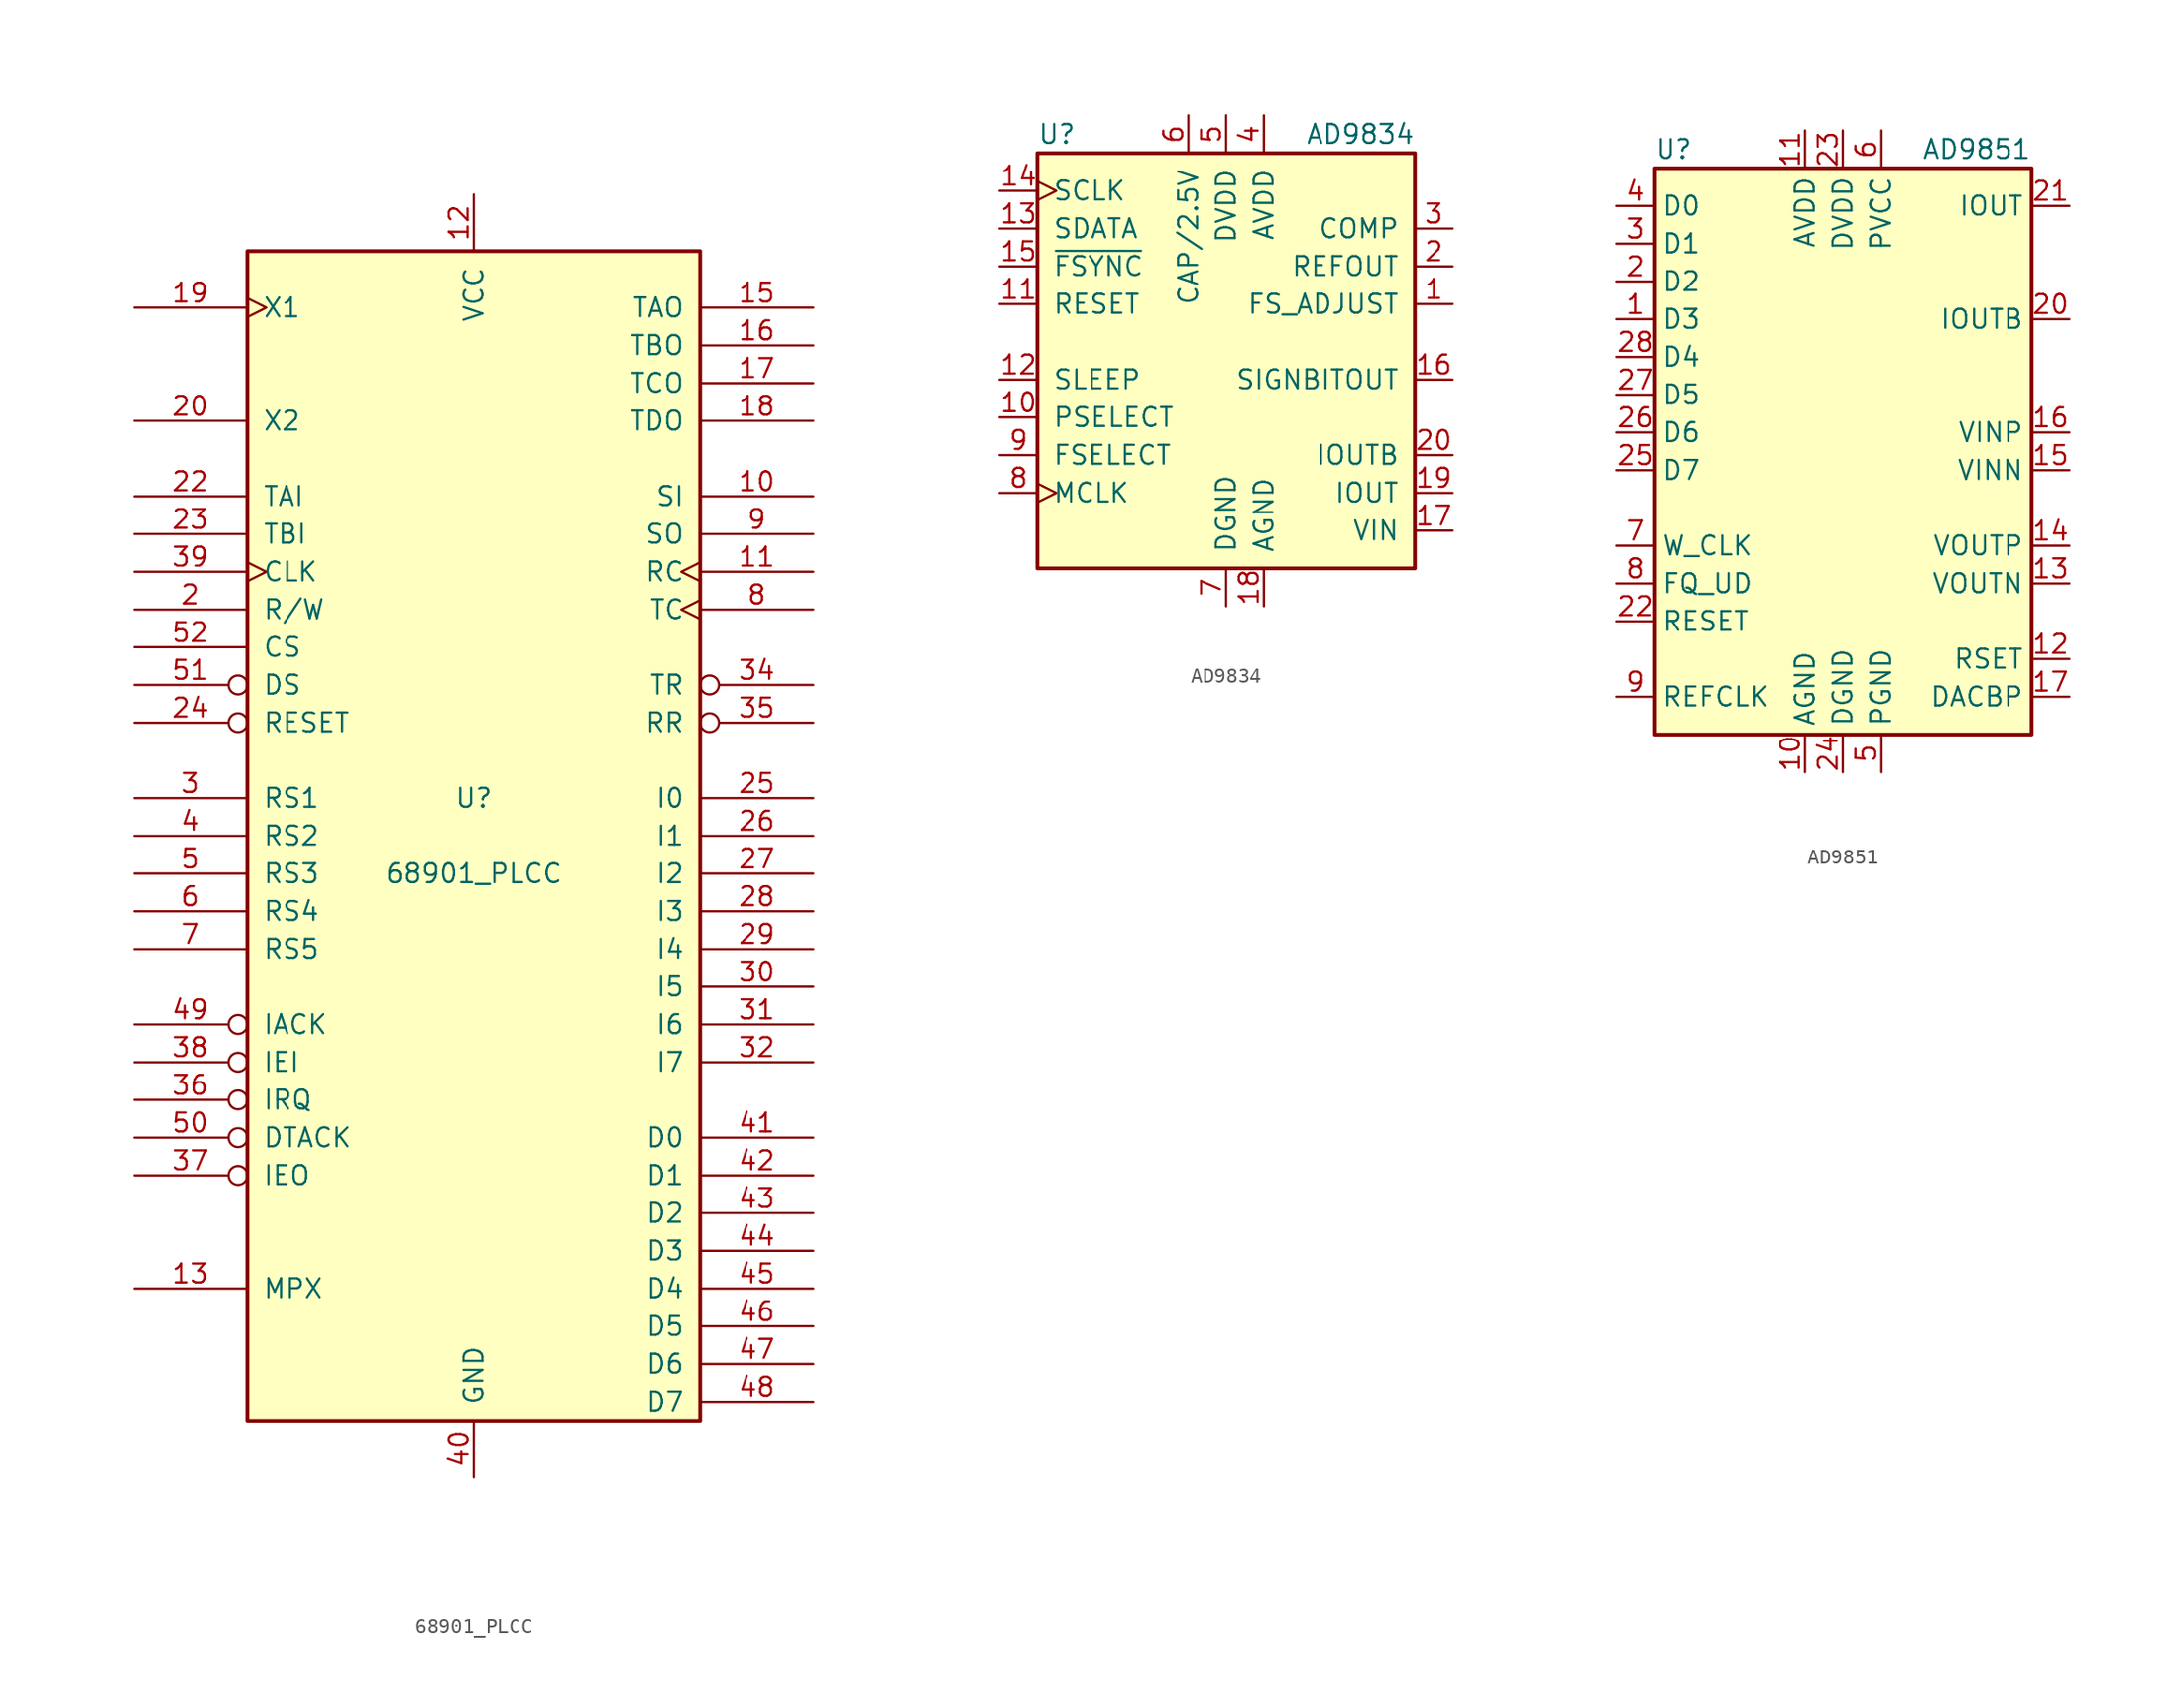
<source format=kicad_sym>
(kicad_symbol_lib
  (version 20201005)
  (generator kicad_symbol_editor)
  (symbol "68901_PLCC"
    (pin_names
      (offset 1.016))
    (property "Reference" "U"
      (at 0 2.54 0)
      (effects (font (size 1.27 1.27))))
    (property "Value" "68901_PLCC"
      (at 0 -2.54 0)
      (effects (font (size 1.27 1.27))))
    (symbol "68901_PLCC_0_1"
      (rectangle (start -15.24 -39.37) (end 15.24 39.37) (stroke (width 0.254)) (fill (type background))))
    (symbol "68901_PLCC_1_1"
      (pin input line (at 22.86 22.86 180) (length 7.62) (name "SI" (effects (font (size 1.27 1.27)))) (number "10" (effects (font (size 1.27 1.27)))))
      (pin input clock (at 22.86 17.78 180) (length 7.62) (name "RC" (effects (font (size 1.27 1.27)))) (number "11" (effects (font (size 1.27 1.27)))))
      (pin power_in line (at 0 43.18 270) (length 3.81) (name "VCC" (effects (font (size 1.27 1.27)))) (number "12" (effects (font (size 1.27 1.27)))))
      (pin input line (at -22.86 -30.48 0) (length 7.62) (name "MPX" (effects (font (size 1.27 1.27)))) (number "13" (effects (font (size 1.27 1.27)))))
      (pin output line (at 22.86 35.56 180) (length 7.62) (name "TAO" (effects (font (size 1.27 1.27)))) (number "15" (effects (font (size 1.27 1.27)))))
      (pin output line (at 22.86 33.02 180) (length 7.62) (name "TBO" (effects (font (size 1.27 1.27)))) (number "16" (effects (font (size 1.27 1.27)))))
      (pin output line (at 22.86 30.48 180) (length 7.62) (name "TCO" (effects (font (size 1.27 1.27)))) (number "17" (effects (font (size 1.27 1.27)))))
      (pin output line (at 22.86 27.94 180) (length 7.62) (name "TDO" (effects (font (size 1.27 1.27)))) (number "18" (effects (font (size 1.27 1.27)))))
      (pin input clock (at -22.86 35.56 0) (length 7.62) (name "X1" (effects (font (size 1.27 1.27)))) (number "19" (effects (font (size 1.27 1.27)))))
      (pin input line (at -22.86 15.24 0) (length 7.62) (name "R/W" (effects (font (size 1.27 1.27)))) (number "2" (effects (font (size 1.27 1.27)))))
      (pin input line (at -22.86 27.94 0) (length 7.62) (name "X2" (effects (font (size 1.27 1.27)))) (number "20" (effects (font (size 1.27 1.27)))))
      (pin input line (at -22.86 22.86 0) (length 7.62) (name "TAI" (effects (font (size 1.27 1.27)))) (number "22" (effects (font (size 1.27 1.27)))))
      (pin input line (at -22.86 20.32 0) (length 7.62) (name "TBI" (effects (font (size 1.27 1.27)))) (number "23" (effects (font (size 1.27 1.27)))))
      (pin input inverted (at -22.86 7.62 0) (length 7.62) (name "RESET" (effects (font (size 1.27 1.27)))) (number "24" (effects (font (size 1.27 1.27)))))
      (pin input line (at 22.86 2.54 180) (length 7.62) (name "I0" (effects (font (size 1.27 1.27)))) (number "25" (effects (font (size 1.27 1.27)))))
      (pin input line (at 22.86 0 180) (length 7.62) (name "I1" (effects (font (size 1.27 1.27)))) (number "26" (effects (font (size 1.27 1.27)))))
      (pin input line (at 22.86 -2.54 180) (length 7.62) (name "I2" (effects (font (size 1.27 1.27)))) (number "27" (effects (font (size 1.27 1.27)))))
      (pin input line (at 22.86 -5.08 180) (length 7.62) (name "I3" (effects (font (size 1.27 1.27)))) (number "28" (effects (font (size 1.27 1.27)))))
      (pin input line (at 22.86 -7.62 180) (length 7.62) (name "I4" (effects (font (size 1.27 1.27)))) (number "29" (effects (font (size 1.27 1.27)))))
      (pin input line (at -22.86 2.54 0) (length 7.62) (name "RS1" (effects (font (size 1.27 1.27)))) (number "3" (effects (font (size 1.27 1.27)))))
      (pin input line (at 22.86 -10.16 180) (length 7.62) (name "I5" (effects (font (size 1.27 1.27)))) (number "30" (effects (font (size 1.27 1.27)))))
      (pin input line (at 22.86 -12.7 180) (length 7.62) (name "I6" (effects (font (size 1.27 1.27)))) (number "31" (effects (font (size 1.27 1.27)))))
      (pin input line (at 22.86 -15.24 180) (length 7.62) (name "I7" (effects (font (size 1.27 1.27)))) (number "32" (effects (font (size 1.27 1.27)))))
      (pin output inverted (at 22.86 10.16 180) (length 7.62) (name "TR" (effects (font (size 1.27 1.27)))) (number "34" (effects (font (size 1.27 1.27)))))
      (pin output inverted (at 22.86 7.62 180) (length 7.62) (name "RR" (effects (font (size 1.27 1.27)))) (number "35" (effects (font (size 1.27 1.27)))))
      (pin output inverted (at -22.86 -17.78 0) (length 7.62) (name "IRQ" (effects (font (size 1.27 1.27)))) (number "36" (effects (font (size 1.27 1.27)))))
      (pin output inverted (at -22.86 -22.86 0) (length 7.62) (name "IEO" (effects (font (size 1.27 1.27)))) (number "37" (effects (font (size 1.27 1.27)))))
      (pin input inverted (at -22.86 -15.24 0) (length 7.62) (name "IEI" (effects (font (size 1.27 1.27)))) (number "38" (effects (font (size 1.27 1.27)))))
      (pin input clock (at -22.86 17.78 0) (length 7.62) (name "CLK" (effects (font (size 1.27 1.27)))) (number "39" (effects (font (size 1.27 1.27)))))
      (pin input line (at -22.86 0 0) (length 7.62) (name "RS2" (effects (font (size 1.27 1.27)))) (number "4" (effects (font (size 1.27 1.27)))))
      (pin power_in line (at 0 -43.18 90) (length 3.81) (name "GND" (effects (font (size 1.27 1.27)))) (number "40" (effects (font (size 1.27 1.27)))))
      (pin input line (at 22.86 -20.32 180) (length 7.62) (name "D0" (effects (font (size 1.27 1.27)))) (number "41" (effects (font (size 1.27 1.27)))))
      (pin input line (at 22.86 -22.86 180) (length 7.62) (name "D1" (effects (font (size 1.27 1.27)))) (number "42" (effects (font (size 1.27 1.27)))))
      (pin input line (at 22.86 -25.4 180) (length 7.62) (name "D2" (effects (font (size 1.27 1.27)))) (number "43" (effects (font (size 1.27 1.27)))))
      (pin input line (at 22.86 -27.94 180) (length 7.62) (name "D3" (effects (font (size 1.27 1.27)))) (number "44" (effects (font (size 1.27 1.27)))))
      (pin input line (at 22.86 -30.48 180) (length 7.62) (name "D4" (effects (font (size 1.27 1.27)))) (number "45" (effects (font (size 1.27 1.27)))))
      (pin input line (at 22.86 -33.02 180) (length 7.62) (name "D5" (effects (font (size 1.27 1.27)))) (number "46" (effects (font (size 1.27 1.27)))))
      (pin input line (at 22.86 -35.56 180) (length 7.62) (name "D6" (effects (font (size 1.27 1.27)))) (number "47" (effects (font (size 1.27 1.27)))))
      (pin input line (at 22.86 -38.1 180) (length 7.62) (name "D7" (effects (font (size 1.27 1.27)))) (number "48" (effects (font (size 1.27 1.27)))))
      (pin input inverted (at -22.86 -12.7 0) (length 7.62) (name "IACK" (effects (font (size 1.27 1.27)))) (number "49" (effects (font (size 1.27 1.27)))))
      (pin input line (at -22.86 -2.54 0) (length 7.62) (name "RS3" (effects (font (size 1.27 1.27)))) (number "5" (effects (font (size 1.27 1.27)))))
      (pin output inverted (at -22.86 -20.32 0) (length 7.62) (name "DTACK" (effects (font (size 1.27 1.27)))) (number "50" (effects (font (size 1.27 1.27)))))
      (pin input inverted (at -22.86 10.16 0) (length 7.62) (name "DS" (effects (font (size 1.27 1.27)))) (number "51" (effects (font (size 1.27 1.27)))))
      (pin input line (at -22.86 12.7 0) (length 7.62) (name "CS" (effects (font (size 1.27 1.27)))) (number "52" (effects (font (size 1.27 1.27)))))
      (pin input line (at -22.86 -5.08 0) (length 7.62) (name "RS4" (effects (font (size 1.27 1.27)))) (number "6" (effects (font (size 1.27 1.27)))))
      (pin input line (at -22.86 -7.62 0) (length 7.62) (name "RS5" (effects (font (size 1.27 1.27)))) (number "7" (effects (font (size 1.27 1.27)))))
      (pin input clock (at 22.86 15.24 180) (length 7.62) (name "TC" (effects (font (size 1.27 1.27)))) (number "8" (effects (font (size 1.27 1.27)))))
      (pin output line (at 22.86 20.32 180) (length 7.62) (name "SO" (effects (font (size 1.27 1.27)))) (number "9" (effects (font (size 1.27 1.27)))))))
  (symbol "AD9834"
    (pin_names
      (offset 1.016))
    (property "Reference" "U"
      (at -12.7 16.51 0)
      (effects (font (size 1.27 1.27)) (justify left)))
    (property "Value" "AD9834"
      (at 5.334 16.51 0)
      (effects (font (size 1.27 1.27)) (justify left)))
    (symbol "AD9834_0_1"
      (rectangle (start -12.7 15.24) (end 12.7 -12.7) (stroke (width 0.254)) (fill (type background))))
    (symbol "AD9834_1_1"
      (pin passive line (at 15.24 5.08 180) (length 2.54) (name "FS_ADJUST" (effects (font (size 1.27 1.27)))) (number "1" (effects (font (size 1.27 1.27)))))
      (pin input line (at -15.24 -2.54 0) (length 2.54) (name "PSELECT" (effects (font (size 1.27 1.27)))) (number "10" (effects (font (size 1.27 1.27)))))
      (pin input line (at -15.24 5.08 0) (length 2.54) (name "RESET" (effects (font (size 1.27 1.27)))) (number "11" (effects (font (size 1.27 1.27)))))
      (pin input line (at -15.24 0 0) (length 2.54) (name "SLEEP" (effects (font (size 1.27 1.27)))) (number "12" (effects (font (size 1.27 1.27)))))
      (pin input line (at -15.24 10.16 0) (length 2.54) (name "SDATA" (effects (font (size 1.27 1.27)))) (number "13" (effects (font (size 1.27 1.27)))))
      (pin input clock (at -15.24 12.7 0) (length 2.54) (name "SCLK" (effects (font (size 1.27 1.27)))) (number "14" (effects (font (size 1.27 1.27)))))
      (pin input line (at -15.24 7.62 0) (length 2.54) (name "~FSYNC" (effects (font (size 1.27 1.27)))) (number "15" (effects (font (size 1.27 1.27)))))
      (pin output line (at 15.24 0 180) (length 2.54) (name "SIGNBITOUT" (effects (font (size 1.27 1.27)))) (number "16" (effects (font (size 1.27 1.27)))))
      (pin power_in line (at 15.24 -10.16 180) (length 2.54) (name "VIN" (effects (font (size 1.27 1.27)))) (number "17" (effects (font (size 1.27 1.27)))))
      (pin power_in line (at 2.54 -15.24 90) (length 2.54) (name "AGND" (effects (font (size 1.27 1.27)))) (number "18" (effects (font (size 1.27 1.27)))))
      (pin output line (at 15.24 -7.62 180) (length 2.54) (name "IOUT" (effects (font (size 1.27 1.27)))) (number "19" (effects (font (size 1.27 1.27)))))
      (pin output line (at 15.24 7.62 180) (length 2.54) (name "REFOUT" (effects (font (size 1.27 1.27)))) (number "2" (effects (font (size 1.27 1.27)))))
      (pin output line (at 15.24 -5.08 180) (length 2.54) (name "IOUTB" (effects (font (size 1.27 1.27)))) (number "20" (effects (font (size 1.27 1.27)))))
      (pin passive line (at 15.24 10.16 180) (length 2.54) (name "COMP" (effects (font (size 1.27 1.27)))) (number "3" (effects (font (size 1.27 1.27)))))
      (pin power_in line (at 2.54 17.78 270) (length 2.54) (name "AVDD" (effects (font (size 1.27 1.27)))) (number "4" (effects (font (size 1.27 1.27)))))
      (pin power_in line (at 0 17.78 270) (length 2.54) (name "DVDD" (effects (font (size 1.27 1.27)))) (number "5" (effects (font (size 1.27 1.27)))))
      (pin passive line (at -2.54 17.78 270) (length 2.54) (name "CAP/2.5V" (effects (font (size 1.27 1.27)))) (number "6" (effects (font (size 1.27 1.27)))))
      (pin power_in line (at 0 -15.24 90) (length 2.54) (name "DGND" (effects (font (size 1.27 1.27)))) (number "7" (effects (font (size 1.27 1.27)))))
      (pin input clock (at -15.24 -7.62 0) (length 2.54) (name "MCLK" (effects (font (size 1.27 1.27)))) (number "8" (effects (font (size 1.27 1.27)))))
      (pin input line (at -15.24 -5.08 0) (length 2.54) (name "FSELECT" (effects (font (size 1.27 1.27)))) (number "9" (effects (font (size 1.27 1.27)))))))
  (symbol "AD9851"
    (property "Reference" "U"
      (at -12.7 19.05 0)
      (effects (font (size 1.27 1.27)) (justify left)))
    (property "Value" "AD9851"
      (at 12.7 19.05 0)
      (effects (font (size 1.27 1.27)) (justify right)))
    (symbol "AD9851_0_1"
      (rectangle (start -12.7 17.78) (end 12.7 -20.32) (stroke (width 0.254)) (fill (type background))))
    (symbol "AD9851_1_1"
      (pin input line (at -15.24 7.62 0) (length 2.54) (name "D3" (effects (font (size 1.27 1.27)))) (number "1" (effects (font (size 1.27 1.27)))))
      (pin power_in line (at -2.54 -22.86 90) (length 2.54) (name "AGND" (effects (font (size 1.27 1.27)))) (number "10" (effects (font (size 1.27 1.27)))))
      (pin power_in line (at -2.54 20.32 270) (length 2.54) (name "AVDD" (effects (font (size 1.27 1.27)))) (number "11" (effects (font (size 1.27 1.27)))))
      (pin passive line (at 15.24 -15.24 180) (length 2.54) (name "RSET" (effects (font (size 1.27 1.27)))) (number "12" (effects (font (size 1.27 1.27)))))
      (pin output line (at 15.24 -10.16 180) (length 2.54) (name "VOUTN" (effects (font (size 1.27 1.27)))) (number "13" (effects (font (size 1.27 1.27)))))
      (pin output line (at 15.24 -7.62 180) (length 2.54) (name "VOUTP" (effects (font (size 1.27 1.27)))) (number "14" (effects (font (size 1.27 1.27)))))
      (pin input line (at 15.24 -2.54 180) (length 2.54) (name "VINN" (effects (font (size 1.27 1.27)))) (number "15" (effects (font (size 1.27 1.27)))))
      (pin input line (at 15.24 0 180) (length 2.54) (name "VINP" (effects (font (size 1.27 1.27)))) (number "16" (effects (font (size 1.27 1.27)))))
      (pin passive line (at 15.24 -17.78 180) (length 2.54) (name "DACBP" (effects (font (size 1.27 1.27)))) (number "17" (effects (font (size 1.27 1.27)))))
      (pin passive line (at -2.54 20.32 270) (length 2.54) hide (name "AVDD" (effects (font (size 1.27 1.27)))) (number "18" (effects (font (size 1.27 1.27)))))
      (pin passive line (at -2.54 -22.86 90) (length 2.54) hide (name "AGND" (effects (font (size 1.27 1.27)))) (number "19" (effects (font (size 1.27 1.27)))))
      (pin input line (at -15.24 10.16 0) (length 2.54) (name "D2" (effects (font (size 1.27 1.27)))) (number "2" (effects (font (size 1.27 1.27)))))
      (pin output line (at 15.24 7.62 180) (length 2.54) (name "IOUTB" (effects (font (size 1.27 1.27)))) (number "20" (effects (font (size 1.27 1.27)))))
      (pin output line (at 15.24 15.24 180) (length 2.54) (name "IOUT" (effects (font (size 1.27 1.27)))) (number "21" (effects (font (size 1.27 1.27)))))
      (pin input line (at -15.24 -12.7 0) (length 2.54) (name "RESET" (effects (font (size 1.27 1.27)))) (number "22" (effects (font (size 1.27 1.27)))))
      (pin power_in line (at 0 20.32 270) (length 2.54) (name "DVDD" (effects (font (size 1.27 1.27)))) (number "23" (effects (font (size 1.27 1.27)))))
      (pin power_in line (at 0 -22.86 90) (length 2.54) (name "DGND" (effects (font (size 1.27 1.27)))) (number "24" (effects (font (size 1.27 1.27)))))
      (pin input line (at -15.24 -2.54 0) (length 2.54) (name "D7" (effects (font (size 1.27 1.27)))) (number "25" (effects (font (size 1.27 1.27)))))
      (pin input line (at -15.24 0 0) (length 2.54) (name "D6" (effects (font (size 1.27 1.27)))) (number "26" (effects (font (size 1.27 1.27)))))
      (pin input line (at -15.24 2.54 0) (length 2.54) (name "D5" (effects (font (size 1.27 1.27)))) (number "27" (effects (font (size 1.27 1.27)))))
      (pin input line (at -15.24 5.08 0) (length 2.54) (name "D4" (effects (font (size 1.27 1.27)))) (number "28" (effects (font (size 1.27 1.27)))))
      (pin input line (at -15.24 12.7 0) (length 2.54) (name "D1" (effects (font (size 1.27 1.27)))) (number "3" (effects (font (size 1.27 1.27)))))
      (pin input line (at -15.24 15.24 0) (length 2.54) (name "D0" (effects (font (size 1.27 1.27)))) (number "4" (effects (font (size 1.27 1.27)))))
      (pin power_in line (at 2.54 -22.86 90) (length 2.54) (name "PGND" (effects (font (size 1.27 1.27)))) (number "5" (effects (font (size 1.27 1.27)))))
      (pin power_in line (at 2.54 20.32 270) (length 2.54) (name "PVCC" (effects (font (size 1.27 1.27)))) (number "6" (effects (font (size 1.27 1.27)))))
      (pin input line (at -15.24 -7.62 0) (length 2.54) (name "W_CLK" (effects (font (size 1.27 1.27)))) (number "7" (effects (font (size 1.27 1.27)))))
      (pin input line (at -15.24 -10.16 0) (length 2.54) (name "FQ_UD" (effects (font (size 1.27 1.27)))) (number "8" (effects (font (size 1.27 1.27)))))
      (pin input line (at -15.24 -17.78 0) (length 2.54) (name "REFCLK" (effects (font (size 1.27 1.27)))) (number "9" (effects (font (size 1.27 1.27))))))))
</source>
